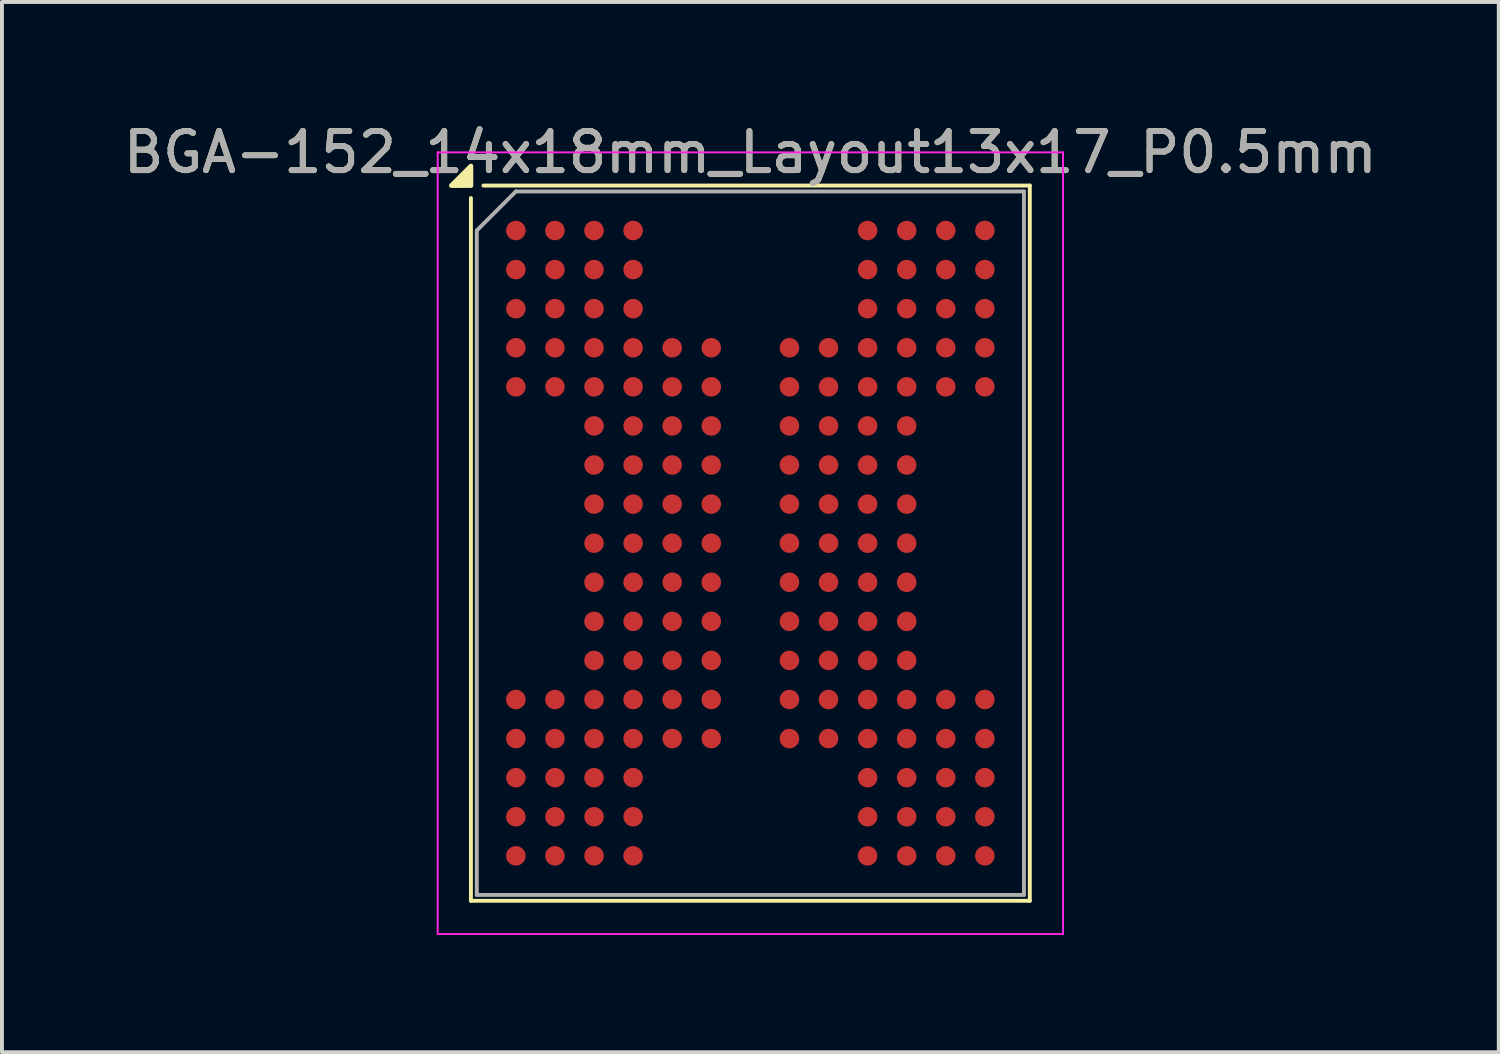
<source format=kicad_pcb>
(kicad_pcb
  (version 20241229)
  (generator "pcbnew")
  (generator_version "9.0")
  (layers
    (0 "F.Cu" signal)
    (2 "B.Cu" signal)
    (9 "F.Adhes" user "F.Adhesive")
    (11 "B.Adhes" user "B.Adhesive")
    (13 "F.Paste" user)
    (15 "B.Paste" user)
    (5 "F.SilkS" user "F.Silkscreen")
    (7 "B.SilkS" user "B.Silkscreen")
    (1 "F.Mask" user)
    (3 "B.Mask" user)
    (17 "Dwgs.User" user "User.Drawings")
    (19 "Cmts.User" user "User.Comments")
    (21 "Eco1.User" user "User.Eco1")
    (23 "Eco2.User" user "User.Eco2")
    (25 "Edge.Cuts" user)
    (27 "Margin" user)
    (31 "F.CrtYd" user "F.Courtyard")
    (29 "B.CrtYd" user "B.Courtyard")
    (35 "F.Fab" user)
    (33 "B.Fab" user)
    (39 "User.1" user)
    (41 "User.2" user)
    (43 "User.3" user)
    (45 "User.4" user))
  (footprint "BGA-152_14x18mm_Layout13x17_P0.5mm"
    (layer "F.Cu")
    (at 16.149 10.848)
    (property "Reference" "BGA-152_14x18mm_Layout13x17_P0.5mm" (at 0 -10 0) (layer "F.SilkS") (effects (font (size 1 1) (thickness 0.15))))
    (attr smd)
    (fp_line (start -7.15 9.15) (end -7.15 -8.83) (stroke (width 0.1) (type solid)) (layer "F.SilkS"))
    (fp_line (start -6.83 -9.15) (end 7.15 -9.15) (stroke (width 0.1) (type solid)) (layer "F.SilkS"))
    (fp_line (start 7.15 -9.15) (end 7.15 9.15) (stroke (width 0.1) (type solid)) (layer "F.SilkS"))
    (fp_line (start 7.15 9.15) (end -7.15 9.15) (stroke (width 0.1) (type solid)) (layer "F.SilkS"))
    (fp_poly (pts (xy -7.15 -9.15) (xy -7.65 -9.15) (xy -7.15 -9.65) (xy -7.15 -9.15)) (stroke (width 0.12) (type solid)) (fill yes) (layer "F.SilkS"))
    (fp_line (start -8 -10) (end 8 -10) (stroke (width 0.05) (type solid)) (layer "F.CrtYd"))
    (fp_line (start -8 10) (end -8 -10) (stroke (width 0.05) (type solid)) (layer "F.CrtYd"))
    (fp_line (start 8 -10) (end 8 10) (stroke (width 0.05) (type solid)) (layer "F.CrtYd"))
    (fp_line (start 8 10) (end -8 10) (stroke (width 0.05) (type solid)) (layer "F.CrtYd"))
    (fp_line (start -7 -8) (end -7 9) (stroke (width 0.1) (type solid)) (layer "F.Fab"))
    (fp_line (start -7 9) (end 7 9) (stroke (width 0.1) (type solid)) (layer "F.Fab"))
    (fp_line (start -6 -9) (end -7 -8) (stroke (width 0.1) (type solid)) (layer "F.Fab"))
    (fp_line (start 7 -9) (end -6 -9) (stroke (width 0.1) (type solid)) (layer "F.Fab"))
    (fp_line (start 7 9) (end 7 -9) (stroke (width 0.1) (type solid)) (layer "F.Fab"))
    (fp_text user "${REFERENCE}" (at 0 -10 0) (layer "F.Fab") (effects (font (size 1 1) (thickness 0.15))))
    (pad "A1" smd circle (at -6 -8) (size 0.5 0.5) (property pad_prop_bga) (layers "F.Cu" "F.Mask" "F.Paste"))
    (pad "A2" smd circle (at -5 -8) (size 0.5 0.5) (property pad_prop_bga) (layers "F.Cu" "F.Mask" "F.Paste"))
    (pad "A3" smd circle (at -4 -8) (size 0.5 0.5) (property pad_prop_bga) (layers "F.Cu" "F.Mask" "F.Paste"))
    (pad "A4" smd circle (at -3 -8) (size 0.5 0.5) (property pad_prop_bga) (layers "F.Cu" "F.Mask" "F.Paste"))
    (pad "A10" smd circle (at 3 -8) (size 0.5 0.5) (property pad_prop_bga) (layers "F.Cu" "F.Mask" "F.Paste"))
    (pad "A11" smd circle (at 4 -8) (size 0.5 0.5) (property pad_prop_bga) (layers "F.Cu" "F.Mask" "F.Paste"))
    (pad "A12" smd circle (at 5 -8) (size 0.5 0.5) (property pad_prop_bga) (layers "F.Cu" "F.Mask" "F.Paste"))
    (pad "A13" smd circle (at 6 -8) (size 0.5 0.5) (property pad_prop_bga) (layers "F.Cu" "F.Mask" "F.Paste"))
    (pad "B1" smd circle (at -6 -7) (size 0.5 0.5) (property pad_prop_bga) (layers "F.Cu" "F.Mask" "F.Paste"))
    (pad "B2" smd circle (at -5 -7) (size 0.5 0.5) (property pad_prop_bga) (layers "F.Cu" "F.Mask" "F.Paste"))
    (pad "B3" smd circle (at -4 -7) (size 0.5 0.5) (property pad_prop_bga) (layers "F.Cu" "F.Mask" "F.Paste"))
    (pad "B4" smd circle (at -3 -7) (size 0.5 0.5) (property pad_prop_bga) (layers "F.Cu" "F.Mask" "F.Paste"))
    (pad "B10" smd circle (at 3 -7) (size 0.5 0.5) (property pad_prop_bga) (layers "F.Cu" "F.Mask" "F.Paste"))
    (pad "B11" smd circle (at 4 -7) (size 0.5 0.5) (property pad_prop_bga) (layers "F.Cu" "F.Mask" "F.Paste"))
    (pad "B12" smd circle (at 5 -7) (size 0.5 0.5) (property pad_prop_bga) (layers "F.Cu" "F.Mask" "F.Paste"))
    (pad "B13" smd circle (at 6 -7) (size 0.5 0.5) (property pad_prop_bga) (layers "F.Cu" "F.Mask" "F.Paste"))
    (pad "C1" smd circle (at -6 -6) (size 0.5 0.5) (property pad_prop_bga) (layers "F.Cu" "F.Mask" "F.Paste"))
    (pad "C2" smd circle (at -5 -6) (size 0.5 0.5) (property pad_prop_bga) (layers "F.Cu" "F.Mask" "F.Paste"))
    (pad "C3" smd circle (at -4 -6) (size 0.5 0.5) (property pad_prop_bga) (layers "F.Cu" "F.Mask" "F.Paste"))
    (pad "C4" smd circle (at -3 -6) (size 0.5 0.5) (property pad_prop_bga) (layers "F.Cu" "F.Mask" "F.Paste"))
    (pad "C10" smd circle (at 3 -6) (size 0.5 0.5) (property pad_prop_bga) (layers "F.Cu" "F.Mask" "F.Paste"))
    (pad "C11" smd circle (at 4 -6) (size 0.5 0.5) (property pad_prop_bga) (layers "F.Cu" "F.Mask" "F.Paste"))
    (pad "C12" smd circle (at 5 -6) (size 0.5 0.5) (property pad_prop_bga) (layers "F.Cu" "F.Mask" "F.Paste"))
    (pad "C13" smd circle (at 6 -6) (size 0.5 0.5) (property pad_prop_bga) (layers "F.Cu" "F.Mask" "F.Paste"))
    (pad "D1" smd circle (at -6 -5) (size 0.5 0.5) (property pad_prop_bga) (layers "F.Cu" "F.Mask" "F.Paste"))
    (pad "D2" smd circle (at -5 -5) (size 0.5 0.5) (property pad_prop_bga) (layers "F.Cu" "F.Mask" "F.Paste"))
    (pad "D3" smd circle (at -4 -5) (size 0.5 0.5) (property pad_prop_bga) (layers "F.Cu" "F.Mask" "F.Paste"))
    (pad "D4" smd circle (at -3 -5) (size 0.5 0.5) (property pad_prop_bga) (layers "F.Cu" "F.Mask" "F.Paste"))
    (pad "D5" smd circle (at -2 -5) (size 0.5 0.5) (property pad_prop_bga) (layers "F.Cu" "F.Mask" "F.Paste"))
    (pad "D6" smd circle (at -1 -5) (size 0.5 0.5) (property pad_prop_bga) (layers "F.Cu" "F.Mask" "F.Paste"))
    (pad "D8" smd circle (at 1 -5) (size 0.5 0.5) (property pad_prop_bga) (layers "F.Cu" "F.Mask" "F.Paste"))
    (pad "D9" smd circle (at 2 -5) (size 0.5 0.5) (property pad_prop_bga) (layers "F.Cu" "F.Mask" "F.Paste"))
    (pad "D10" smd circle (at 3 -5) (size 0.5 0.5) (property pad_prop_bga) (layers "F.Cu" "F.Mask" "F.Paste"))
    (pad "D11" smd circle (at 4 -5) (size 0.5 0.5) (property pad_prop_bga) (layers "F.Cu" "F.Mask" "F.Paste"))
    (pad "D12" smd circle (at 5 -5) (size 0.5 0.5) (property pad_prop_bga) (layers "F.Cu" "F.Mask" "F.Paste"))
    (pad "D13" smd circle (at 6 -5) (size 0.5 0.5) (property pad_prop_bga) (layers "F.Cu" "F.Mask" "F.Paste"))
    (pad "E1" smd circle (at -6 -4) (size 0.5 0.5) (property pad_prop_bga) (layers "F.Cu" "F.Mask" "F.Paste"))
    (pad "E2" smd circle (at -5 -4) (size 0.5 0.5) (property pad_prop_bga) (layers "F.Cu" "F.Mask" "F.Paste"))
    (pad "E3" smd circle (at -4 -4) (size 0.5 0.5) (property pad_prop_bga) (layers "F.Cu" "F.Mask" "F.Paste"))
    (pad "E4" smd circle (at -3 -4) (size 0.5 0.5) (property pad_prop_bga) (layers "F.Cu" "F.Mask" "F.Paste"))
    (pad "E5" smd circle (at -2 -4) (size 0.5 0.5) (property pad_prop_bga) (layers "F.Cu" "F.Mask" "F.Paste"))
    (pad "E6" smd circle (at -1 -4) (size 0.5 0.5) (property pad_prop_bga) (layers "F.Cu" "F.Mask" "F.Paste"))
    (pad "E8" smd circle (at 1 -4) (size 0.5 0.5) (property pad_prop_bga) (layers "F.Cu" "F.Mask" "F.Paste"))
    (pad "E9" smd circle (at 2 -4) (size 0.5 0.5) (property pad_prop_bga) (layers "F.Cu" "F.Mask" "F.Paste"))
    (pad "E10" smd circle (at 3 -4) (size 0.5 0.5) (property pad_prop_bga) (layers "F.Cu" "F.Mask" "F.Paste"))
    (pad "E11" smd circle (at 4 -4) (size 0.5 0.5) (property pad_prop_bga) (layers "F.Cu" "F.Mask" "F.Paste"))
    (pad "E12" smd circle (at 5 -4) (size 0.5 0.5) (property pad_prop_bga) (layers "F.Cu" "F.Mask" "F.Paste"))
    (pad "E13" smd circle (at 6 -4) (size 0.5 0.5) (property pad_prop_bga) (layers "F.Cu" "F.Mask" "F.Paste"))
    (pad "F3" smd circle (at -4 -3) (size 0.5 0.5) (property pad_prop_bga) (layers "F.Cu" "F.Mask" "F.Paste"))
    (pad "F4" smd circle (at -3 -3) (size 0.5 0.5) (property pad_prop_bga) (layers "F.Cu" "F.Mask" "F.Paste"))
    (pad "F5" smd circle (at -2 -3) (size 0.5 0.5) (property pad_prop_bga) (layers "F.Cu" "F.Mask" "F.Paste"))
    (pad "F6" smd circle (at -1 -3) (size 0.5 0.5) (property pad_prop_bga) (layers "F.Cu" "F.Mask" "F.Paste"))
    (pad "F8" smd circle (at 1 -3) (size 0.5 0.5) (property pad_prop_bga) (layers "F.Cu" "F.Mask" "F.Paste"))
    (pad "F9" smd circle (at 2 -3) (size 0.5 0.5) (property pad_prop_bga) (layers "F.Cu" "F.Mask" "F.Paste"))
    (pad "F10" smd circle (at 3 -3) (size 0.5 0.5) (property pad_prop_bga) (layers "F.Cu" "F.Mask" "F.Paste"))
    (pad "F11" smd circle (at 4 -3) (size 0.5 0.5) (property pad_prop_bga) (layers "F.Cu" "F.Mask" "F.Paste"))
    (pad "G3" smd circle (at -4 -2) (size 0.5 0.5) (property pad_prop_bga) (layers "F.Cu" "F.Mask" "F.Paste"))
    (pad "G4" smd circle (at -3 -2) (size 0.5 0.5) (property pad_prop_bga) (layers "F.Cu" "F.Mask" "F.Paste"))
    (pad "G5" smd circle (at -2 -2) (size 0.5 0.5) (property pad_prop_bga) (layers "F.Cu" "F.Mask" "F.Paste"))
    (pad "G6" smd circle (at -1 -2) (size 0.5 0.5) (property pad_prop_bga) (layers "F.Cu" "F.Mask" "F.Paste"))
    (pad "G8" smd circle (at 1 -2) (size 0.5 0.5) (property pad_prop_bga) (layers "F.Cu" "F.Mask" "F.Paste"))
    (pad "G9" smd circle (at 2 -2) (size 0.5 0.5) (property pad_prop_bga) (layers "F.Cu" "F.Mask" "F.Paste"))
    (pad "G10" smd circle (at 3 -2) (size 0.5 0.5) (property pad_prop_bga) (layers "F.Cu" "F.Mask" "F.Paste"))
    (pad "G11" smd circle (at 4 -2) (size 0.5 0.5) (property pad_prop_bga) (layers "F.Cu" "F.Mask" "F.Paste"))
    (pad "H3" smd circle (at -4 -1) (size 0.5 0.5) (property pad_prop_bga) (layers "F.Cu" "F.Mask" "F.Paste"))
    (pad "H4" smd circle (at -3 -1) (size 0.5 0.5) (property pad_prop_bga) (layers "F.Cu" "F.Mask" "F.Paste"))
    (pad "H5" smd circle (at -2 -1) (size 0.5 0.5) (property pad_prop_bga) (layers "F.Cu" "F.Mask" "F.Paste"))
    (pad "H6" smd circle (at -1 -1) (size 0.5 0.5) (property pad_prop_bga) (layers "F.Cu" "F.Mask" "F.Paste"))
    (pad "H8" smd circle (at 1 -1) (size 0.5 0.5) (property pad_prop_bga) (layers "F.Cu" "F.Mask" "F.Paste"))
    (pad "H9" smd circle (at 2 -1) (size 0.5 0.5) (property pad_prop_bga) (layers "F.Cu" "F.Mask" "F.Paste"))
    (pad "H10" smd circle (at 3 -1) (size 0.5 0.5) (property pad_prop_bga) (layers "F.Cu" "F.Mask" "F.Paste"))
    (pad "H11" smd circle (at 4 -1) (size 0.5 0.5) (property pad_prop_bga) (layers "F.Cu" "F.Mask" "F.Paste"))
    (pad "J3" smd circle (at -4 0) (size 0.5 0.5) (property pad_prop_bga) (layers "F.Cu" "F.Mask" "F.Paste"))
    (pad "J4" smd circle (at -3 0) (size 0.5 0.5) (property pad_prop_bga) (layers "F.Cu" "F.Mask" "F.Paste"))
    (pad "J5" smd circle (at -2 0) (size 0.5 0.5) (property pad_prop_bga) (layers "F.Cu" "F.Mask" "F.Paste"))
    (pad "J6" smd circle (at -1 0) (size 0.5 0.5) (property pad_prop_bga) (layers "F.Cu" "F.Mask" "F.Paste"))
    (pad "J8" smd circle (at 1 0) (size 0.5 0.5) (property pad_prop_bga) (layers "F.Cu" "F.Mask" "F.Paste"))
    (pad "J9" smd circle (at 2 0) (size 0.5 0.5) (property pad_prop_bga) (layers "F.Cu" "F.Mask" "F.Paste"))
    (pad "J10" smd circle (at 3 0) (size 0.5 0.5) (property pad_prop_bga) (layers "F.Cu" "F.Mask" "F.Paste"))
    (pad "J11" smd circle (at 4 0) (size 0.5 0.5) (property pad_prop_bga) (layers "F.Cu" "F.Mask" "F.Paste"))
    (pad "K3" smd circle (at -4 1) (size 0.5 0.5) (property pad_prop_bga) (layers "F.Cu" "F.Mask" "F.Paste"))
    (pad "K4" smd circle (at -3 1) (size 0.5 0.5) (property pad_prop_bga) (layers "F.Cu" "F.Mask" "F.Paste"))
    (pad "K5" smd circle (at -2 1) (size 0.5 0.5) (property pad_prop_bga) (layers "F.Cu" "F.Mask" "F.Paste"))
    (pad "K6" smd circle (at -1 1) (size 0.5 0.5) (property pad_prop_bga) (layers "F.Cu" "F.Mask" "F.Paste"))
    (pad "K8" smd circle (at 1 1) (size 0.5 0.5) (property pad_prop_bga) (layers "F.Cu" "F.Mask" "F.Paste"))
    (pad "K9" smd circle (at 2 1) (size 0.5 0.5) (property pad_prop_bga) (layers "F.Cu" "F.Mask" "F.Paste"))
    (pad "K10" smd circle (at 3 1) (size 0.5 0.5) (property pad_prop_bga) (layers "F.Cu" "F.Mask" "F.Paste"))
    (pad "K11" smd circle (at 4 1) (size 0.5 0.5) (property pad_prop_bga) (layers "F.Cu" "F.Mask" "F.Paste"))
    (pad "L3" smd circle (at -4 2) (size 0.5 0.5) (property pad_prop_bga) (layers "F.Cu" "F.Mask" "F.Paste"))
    (pad "L4" smd circle (at -3 2) (size 0.5 0.5) (property pad_prop_bga) (layers "F.Cu" "F.Mask" "F.Paste"))
    (pad "L5" smd circle (at -2 2) (size 0.5 0.5) (property pad_prop_bga) (layers "F.Cu" "F.Mask" "F.Paste"))
    (pad "L6" smd circle (at -1 2) (size 0.5 0.5) (property pad_prop_bga) (layers "F.Cu" "F.Mask" "F.Paste"))
    (pad "L8" smd circle (at 1 2) (size 0.5 0.5) (property pad_prop_bga) (layers "F.Cu" "F.Mask" "F.Paste"))
    (pad "L9" smd circle (at 2 2) (size 0.5 0.5) (property pad_prop_bga) (layers "F.Cu" "F.Mask" "F.Paste"))
    (pad "L10" smd circle (at 3 2) (size 0.5 0.5) (property pad_prop_bga) (layers "F.Cu" "F.Mask" "F.Paste"))
    (pad "L11" smd circle (at 4 2) (size 0.5 0.5) (property pad_prop_bga) (layers "F.Cu" "F.Mask" "F.Paste"))
    (pad "M3" smd circle (at -4 3) (size 0.5 0.5) (property pad_prop_bga) (layers "F.Cu" "F.Mask" "F.Paste"))
    (pad "M4" smd circle (at -3 3) (size 0.5 0.5) (property pad_prop_bga) (layers "F.Cu" "F.Mask" "F.Paste"))
    (pad "M5" smd circle (at -2 3) (size 0.5 0.5) (property pad_prop_bga) (layers "F.Cu" "F.Mask" "F.Paste"))
    (pad "M6" smd circle (at -1 3) (size 0.5 0.5) (property pad_prop_bga) (layers "F.Cu" "F.Mask" "F.Paste"))
    (pad "M8" smd circle (at 1 3) (size 0.5 0.5) (property pad_prop_bga) (layers "F.Cu" "F.Mask" "F.Paste"))
    (pad "M9" smd circle (at 2 3) (size 0.5 0.5) (property pad_prop_bga) (layers "F.Cu" "F.Mask" "F.Paste"))
    (pad "M10" smd circle (at 3 3) (size 0.5 0.5) (property pad_prop_bga) (layers "F.Cu" "F.Mask" "F.Paste"))
    (pad "M11" smd circle (at 4 3) (size 0.5 0.5) (property pad_prop_bga) (layers "F.Cu" "F.Mask" "F.Paste"))
    (pad "N1" smd circle (at -6 4) (size 0.5 0.5) (property pad_prop_bga) (layers "F.Cu" "F.Mask" "F.Paste"))
    (pad "N2" smd circle (at -5 4) (size 0.5 0.5) (property pad_prop_bga) (layers "F.Cu" "F.Mask" "F.Paste"))
    (pad "N3" smd circle (at -4 4) (size 0.5 0.5) (property pad_prop_bga) (layers "F.Cu" "F.Mask" "F.Paste"))
    (pad "N4" smd circle (at -3 4) (size 0.5 0.5) (property pad_prop_bga) (layers "F.Cu" "F.Mask" "F.Paste"))
    (pad "N5" smd circle (at -2 4) (size 0.5 0.5) (property pad_prop_bga) (layers "F.Cu" "F.Mask" "F.Paste"))
    (pad "N6" smd circle (at -1 4) (size 0.5 0.5) (property pad_prop_bga) (layers "F.Cu" "F.Mask" "F.Paste"))
    (pad "N8" smd circle (at 1 4) (size 0.5 0.5) (property pad_prop_bga) (layers "F.Cu" "F.Mask" "F.Paste"))
    (pad "N9" smd circle (at 2 4) (size 0.5 0.5) (property pad_prop_bga) (layers "F.Cu" "F.Mask" "F.Paste"))
    (pad "N10" smd circle (at 3 4) (size 0.5 0.5) (property pad_prop_bga) (layers "F.Cu" "F.Mask" "F.Paste"))
    (pad "N11" smd circle (at 4 4) (size 0.5 0.5) (property pad_prop_bga) (layers "F.Cu" "F.Mask" "F.Paste"))
    (pad "N12" smd circle (at 5 4) (size 0.5 0.5) (property pad_prop_bga) (layers "F.Cu" "F.Mask" "F.Paste"))
    (pad "N13" smd circle (at 6 4) (size 0.5 0.5) (property pad_prop_bga) (layers "F.Cu" "F.Mask" "F.Paste"))
    (pad "P1" smd circle (at -6 5) (size 0.5 0.5) (property pad_prop_bga) (layers "F.Cu" "F.Mask" "F.Paste"))
    (pad "P2" smd circle (at -5 5) (size 0.5 0.5) (property pad_prop_bga) (layers "F.Cu" "F.Mask" "F.Paste"))
    (pad "P3" smd circle (at -4 5) (size 0.5 0.5) (property pad_prop_bga) (layers "F.Cu" "F.Mask" "F.Paste"))
    (pad "P4" smd circle (at -3 5) (size 0.5 0.5) (property pad_prop_bga) (layers "F.Cu" "F.Mask" "F.Paste"))
    (pad "P5" smd circle (at -2 5) (size 0.5 0.5) (property pad_prop_bga) (layers "F.Cu" "F.Mask" "F.Paste"))
    (pad "P6" smd circle (at -1 5) (size 0.5 0.5) (property pad_prop_bga) (layers "F.Cu" "F.Mask" "F.Paste"))
    (pad "P8" smd circle (at 1 5) (size 0.5 0.5) (property pad_prop_bga) (layers "F.Cu" "F.Mask" "F.Paste"))
    (pad "P9" smd circle (at 2 5) (size 0.5 0.5) (property pad_prop_bga) (layers "F.Cu" "F.Mask" "F.Paste"))
    (pad "P10" smd circle (at 3 5) (size 0.5 0.5) (property pad_prop_bga) (layers "F.Cu" "F.Mask" "F.Paste"))
    (pad "P11" smd circle (at 4 5) (size 0.5 0.5) (property pad_prop_bga) (layers "F.Cu" "F.Mask" "F.Paste"))
    (pad "P12" smd circle (at 5 5) (size 0.5 0.5) (property pad_prop_bga) (layers "F.Cu" "F.Mask" "F.Paste"))
    (pad "P13" smd circle (at 6 5) (size 0.5 0.5) (property pad_prop_bga) (layers "F.Cu" "F.Mask" "F.Paste"))
    (pad "R1" smd circle (at -6 6) (size 0.5 0.5) (property pad_prop_bga) (layers "F.Cu" "F.Mask" "F.Paste"))
    (pad "R2" smd circle (at -5 6) (size 0.5 0.5) (property pad_prop_bga) (layers "F.Cu" "F.Mask" "F.Paste"))
    (pad "R3" smd circle (at -4 6) (size 0.5 0.5) (property pad_prop_bga) (layers "F.Cu" "F.Mask" "F.Paste"))
    (pad "R4" smd circle (at -3 6) (size 0.5 0.5) (property pad_prop_bga) (layers "F.Cu" "F.Mask" "F.Paste"))
    (pad "R10" smd circle (at 3 6) (size 0.5 0.5) (property pad_prop_bga) (layers "F.Cu" "F.Mask" "F.Paste"))
    (pad "R11" smd circle (at 4 6) (size 0.5 0.5) (property pad_prop_bga) (layers "F.Cu" "F.Mask" "F.Paste"))
    (pad "R12" smd circle (at 5 6) (size 0.5 0.5) (property pad_prop_bga) (layers "F.Cu" "F.Mask" "F.Paste"))
    (pad "R13" smd circle (at 6 6) (size 0.5 0.5) (property pad_prop_bga) (layers "F.Cu" "F.Mask" "F.Paste"))
    (pad "T1" smd circle (at -6 7) (size 0.5 0.5) (property pad_prop_bga) (layers "F.Cu" "F.Mask" "F.Paste"))
    (pad "T2" smd circle (at -5 7) (size 0.5 0.5) (property pad_prop_bga) (layers "F.Cu" "F.Mask" "F.Paste"))
    (pad "T3" smd circle (at -4 7) (size 0.5 0.5) (property pad_prop_bga) (layers "F.Cu" "F.Mask" "F.Paste"))
    (pad "T4" smd circle (at -3 7) (size 0.5 0.5) (property pad_prop_bga) (layers "F.Cu" "F.Mask" "F.Paste"))
    (pad "T10" smd circle (at 3 7) (size 0.5 0.5) (property pad_prop_bga) (layers "F.Cu" "F.Mask" "F.Paste"))
    (pad "T11" smd circle (at 4 7) (size 0.5 0.5) (property pad_prop_bga) (layers "F.Cu" "F.Mask" "F.Paste"))
    (pad "T12" smd circle (at 5 7) (size 0.5 0.5) (property pad_prop_bga) (layers "F.Cu" "F.Mask" "F.Paste"))
    (pad "T13" smd circle (at 6 7) (size 0.5 0.5) (property pad_prop_bga) (layers "F.Cu" "F.Mask" "F.Paste"))
    (pad "U1" smd circle (at -6 8) (size 0.5 0.5) (property pad_prop_bga) (layers "F.Cu" "F.Mask" "F.Paste"))
    (pad "U2" smd circle (at -5 8) (size 0.5 0.5) (property pad_prop_bga) (layers "F.Cu" "F.Mask" "F.Paste"))
    (pad "U3" smd circle (at -4 8) (size 0.5 0.5) (property pad_prop_bga) (layers "F.Cu" "F.Mask" "F.Paste"))
    (pad "U4" smd circle (at -3 8) (size 0.5 0.5) (property pad_prop_bga) (layers "F.Cu" "F.Mask" "F.Paste"))
    (pad "U10" smd circle (at 3 8) (size 0.5 0.5) (property pad_prop_bga) (layers "F.Cu" "F.Mask" "F.Paste"))
    (pad "U11" smd circle (at 4 8) (size 0.5 0.5) (property pad_prop_bga) (layers "F.Cu" "F.Mask" "F.Paste"))
    (pad "U12" smd circle (at 5 8) (size 0.5 0.5) (property pad_prop_bga) (layers "F.Cu" "F.Mask" "F.Paste"))
    (pad "U13" smd circle (at 6 8) (size 0.5 0.5) (property pad_prop_bga) (layers "F.Cu" "F.Mask" "F.Paste")))
  (gr_rect
    (start -3 -3)
    (end 35.298 23.873)
    (stroke (width 0.1) (type default))
    (fill no)
    (layer "Edge.Cuts")))
</source>
